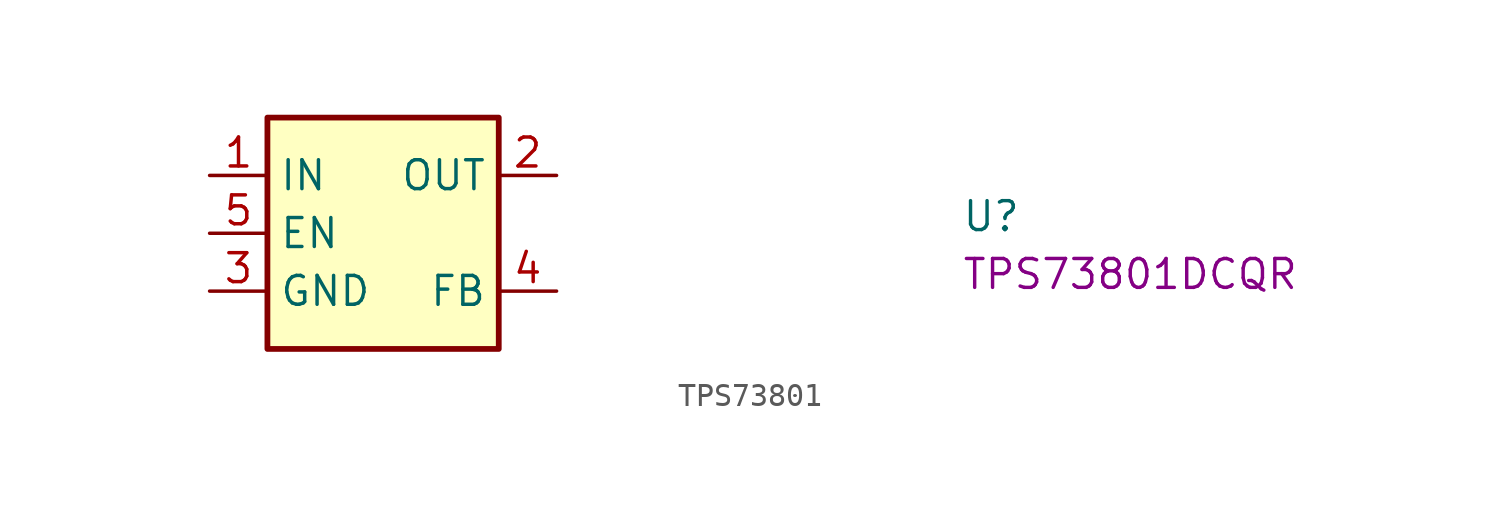
<source format=kicad_sym>
(kicad_symbol_lib
  (version 20220914)
  (generator kicad_symbol_editor)
  (symbol "TPS73801"
    (property "Reference" "U"
      (at 33.02 -2.54 0)
      (effects (font (size 1.27 1.27) (thickness 0.15)) (justify left bottom)))
    (property "MPN" "TPS73801DCQR"
      (at 33.02 -5.08 0)
      (effects (font (size 1.27 1.27) (thickness 0.15)) (justify left bottom)))
    (symbol "TPS73801_1_1"
      (rectangle (start 2.54 2.54) (end 12.7 -7.62) (stroke (width 0.254) (type default)) (fill (type background)))
      (pin power_in line (at 0 0 0) (length 2.54) (name "IN" (effects (font (size 1.27 1.27)))) (number "1" (effects (font (size 1.27 1.27)))))
      (pin power_out line (at 15.24 0 180) (length 2.54) (name "OUT" (effects (font (size 1.27 1.27)))) (number "2" (effects (font (size 1.27 1.27)))))
      (pin power_in line (at 0 -5.08 0) (length 2.54) (name "GND" (effects (font (size 1.27 1.27)))) (number "3" (effects (font (size 1.27 1.27)))))
      (pin passive line (at 15.24 -5.08 180) (length 2.54) (name "FB" (effects (font (size 1.27 1.27)))) (number "4" (effects (font (size 1.27 1.27)))))
      (pin input line (at 0 -2.54 0) (length 2.54) (name "EN" (effects (font (size 1.27 1.27)))) (number "5" (effects (font (size 1.27 1.27)))))
      (pin passive line (at 0 -5.08 0) (length 2.54) hide (name "GND" (effects (font (size 1.27 1.27)))) (number "6" (effects (font (size 1.27 1.27))))))))
</source>
